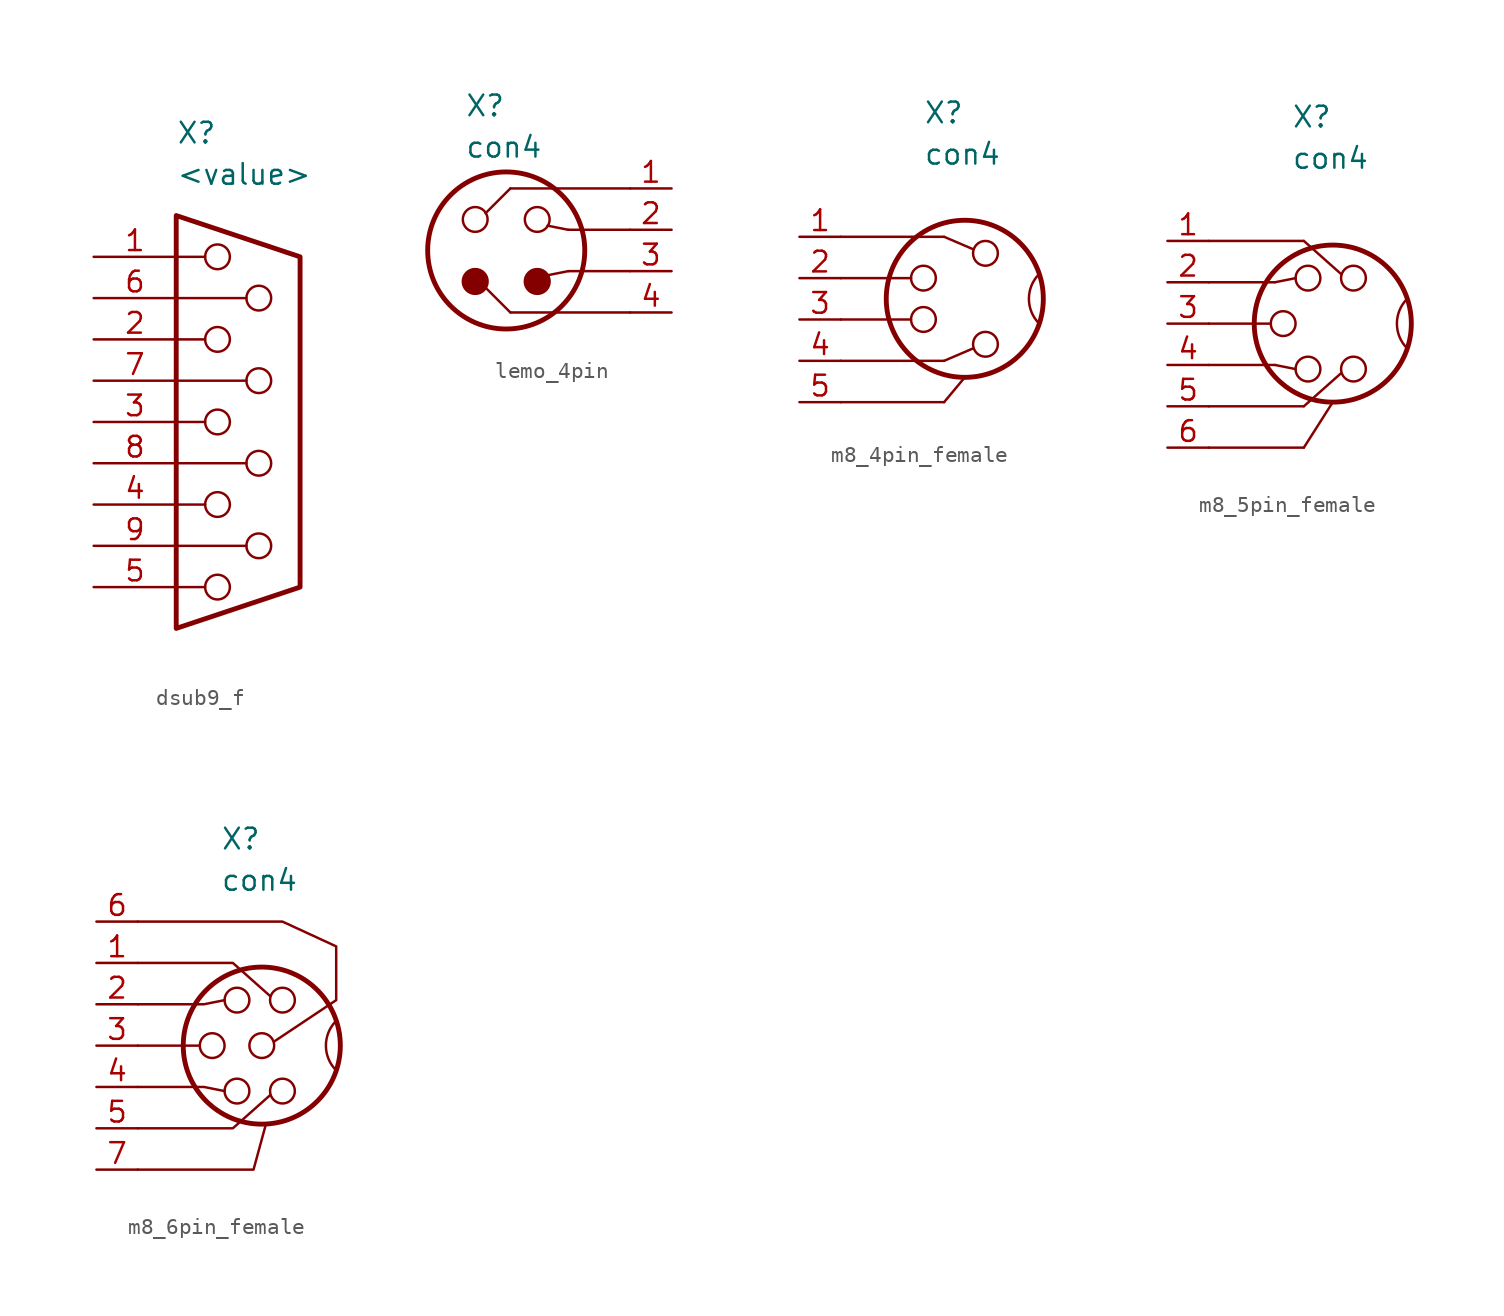
<source format=kicad_sym>
(kicad_symbol_lib
  (version 20241209)
  (generator "kicad_symbol_editor")
  (generator_version "9.0")
  (symbol "dsub9_f"
    (pin_names
      (offset 0.002))
    (property "Reference" "X"
      (at -2.54 17.78 0)
      (effects (font (size 1.27 1.27)) (justify left)))
    (property "Value" "<value>"
      (at -2.54 15.24 0)
      (effects (font (size 1.27 1.27)) (justify left)))
    (symbol "dsub9_f_0_1"
      (polyline (pts (xy -2.54 12.7) (xy -2.54 -12.7) (xy 5.08 -10.16) (xy 5.08 10.16) (xy -2.54 12.7)) (stroke (width 0.3) (type default)) (fill (type none)))
      (polyline (pts (xy -2.54 10.16) (xy -0.762 10.16)) (stroke (width 0) (type default)) (fill (type none)))
      (polyline (pts (xy -2.54 7.62) (xy 1.778 7.62)) (stroke (width 0) (type default)) (fill (type none)))
      (polyline (pts (xy -2.54 5.08) (xy -0.762 5.08)) (stroke (width 0) (type default)) (fill (type none)))
      (polyline (pts (xy -2.54 2.54) (xy 1.778 2.54)) (stroke (width 0) (type default)) (fill (type none)))
      (polyline (pts (xy -2.54 0) (xy -0.762 0)) (stroke (width 0) (type default)) (fill (type none)))
      (polyline (pts (xy -2.54 -2.54) (xy 1.778 -2.54)) (stroke (width 0) (type default)) (fill (type none)))
      (polyline (pts (xy -2.54 -5.08) (xy -0.762 -5.08)) (stroke (width 0) (type default)) (fill (type none)))
      (polyline (pts (xy -2.54 -7.62) (xy 1.778 -7.62)) (stroke (width 0) (type default)) (fill (type none)))
      (polyline (pts (xy -2.54 -10.16) (xy -0.762 -10.16)) (stroke (width 0) (type default)) (fill (type none)))
      (circle (center 0 10.16) (radius 0.762) (stroke (width 0) (type default)) (fill (type none)))
      (circle (center 0 5.08) (radius 0.762) (stroke (width 0) (type default)) (fill (type none)))
      (circle (center 0 0) (radius 0.762) (stroke (width 0) (type default)) (fill (type none)))
      (circle (center 0 -5.08) (radius 0.762) (stroke (width 0) (type default)) (fill (type none)))
      (circle (center 0 -10.16) (radius 0.762) (stroke (width 0) (type default)) (fill (type none)))
      (circle (center 2.54 7.62) (radius 0.762) (stroke (width 0) (type default)) (fill (type none)))
      (circle (center 2.54 2.54) (radius 0.762) (stroke (width 0) (type default)) (fill (type none)))
      (circle (center 2.54 -2.54) (radius 0.762) (stroke (width 0) (type default)) (fill (type none)))
      (circle (center 2.54 -7.62) (radius 0.762) (stroke (width 0) (type default)) (fill (type none))))
    (symbol "dsub9_f_1_1"
      (pin passive line (at -7.62 10.16 0) (length 5.08) (name "" (effects (font (size 1.27 1.27)))) (number "1" (effects (font (size 1.27 1.27)))))
      (pin passive line (at -7.62 7.62 0) (length 5.08) (name "" (effects (font (size 1.27 1.27)))) (number "6" (effects (font (size 1.27 1.27)))))
      (pin passive line (at -7.62 5.08 0) (length 5.08) (name "" (effects (font (size 1.27 1.27)))) (number "2" (effects (font (size 1.27 1.27)))))
      (pin passive line (at -7.62 2.54 0) (length 5.08) (name "" (effects (font (size 1.27 1.27)))) (number "7" (effects (font (size 1.27 1.27)))))
      (pin passive line (at -7.62 0 0) (length 5.08) (name "" (effects (font (size 1.27 1.27)))) (number "3" (effects (font (size 1.27 1.27)))))
      (pin passive line (at -7.62 -2.54 0) (length 5.08) (name "" (effects (font (size 1.27 1.27)))) (number "8" (effects (font (size 1.27 1.27)))))
      (pin passive line (at -7.62 -5.08 0) (length 5.08) (name "" (effects (font (size 1.27 1.27)))) (number "4" (effects (font (size 1.27 1.27)))))
      (pin passive line (at -7.62 -7.62 0) (length 5.08) (name "" (effects (font (size 1.27 1.27)))) (number "9" (effects (font (size 1.27 1.27)))))
      (pin passive line (at -7.62 -10.16 0) (length 5.08) (name "" (effects (font (size 1.27 1.27)))) (number "5" (effects (font (size 1.27 1.27)))))))
  (symbol "lemo_4pin"
    (property "Reference" "X"
      (at -2.54 10.16 0)
      (effects (font (size 1.27 1.27)) (justify left)))
    (property "Value" "con4"
      (at -2.54 7.62 0)
      (effects (font (size 1.27 1.27)) (justify left)))
    (symbol "lemo_4pin_0_1"
      (circle (center -1.905 3.175) (radius 0.762) (stroke (width 0) (type default)) (fill (type none)))
      (circle (center -1.905 -0.635) (radius 0.762) (stroke (width 0) (type default)) (fill (type outline)))
      (circle (center 0 1.27) (radius 4.826) (stroke (width 0.3) (type default)) (fill (type none)))
      (polyline (pts (xy 0.254 5.08) (xy -1.27 3.556)) (stroke (width 0) (type default)) (fill (type none)))
      (polyline (pts (xy 0.254 -2.54) (xy -1.27 -1.016)) (stroke (width 0) (type default)) (fill (type none)))
      (circle (center 1.905 3.175) (radius 0.762) (stroke (width 0) (type default)) (fill (type none)))
      (circle (center 1.905 -0.635) (radius 0.762) (stroke (width 0) (type default)) (fill (type outline)))
      (polyline (pts (xy 3.81 2.54) (xy 2.54 2.794)) (stroke (width 0) (type default)) (fill (type none)))
      (polyline (pts (xy 3.81 0) (xy 2.54 -0.254)) (stroke (width 0) (type default)) (fill (type none)))
      (polyline (pts (xy 7.62 5.08) (xy 0.254 5.08)) (stroke (width 0) (type default)) (fill (type none)))
      (polyline (pts (xy 7.62 2.54) (xy 3.81 2.54)) (stroke (width 0) (type default)) (fill (type none)))
      (polyline (pts (xy 7.62 0) (xy 3.81 0)) (stroke (width 0) (type default)) (fill (type none)))
      (polyline (pts (xy 7.62 -2.54) (xy 0.254 -2.54)) (stroke (width 0) (type default)) (fill (type none))))
    (symbol "lemo_4pin_1_1"
      (pin passive line (at 10.16 5.08 180) (length 2.54) (name "" (effects (font (size 1.27 1.27)))) (number "1" (effects (font (size 1.27 1.27)))))
      (pin passive line (at 10.16 2.54 180) (length 2.54) (name "" (effects (font (size 1.27 1.27)))) (number "2" (effects (font (size 1.27 1.27)))))
      (pin passive line (at 10.16 0 180) (length 2.54) (name "" (effects (font (size 1.27 1.27)))) (number "3" (effects (font (size 1.27 1.27)))))
      (pin passive line (at 10.16 -2.54 180) (length 2.54) (name "" (effects (font (size 1.27 1.27)))) (number "4" (effects (font (size 1.27 1.27)))))))
  (symbol "m8_4pin_female"
    (property "Reference" "X"
      (at -2.54 12.7 0)
      (effects (font (size 1.27 1.27)) (justify left)))
    (property "Value" "con4"
      (at -2.54 10.16 0)
      (effects (font (size 1.27 1.27)) (justify left)))
    (symbol "m8_4pin_female_0_1"
      (polyline (pts (xy -7.62 5.08) (xy -1.27 5.08)) (stroke (width 0) (type default)) (fill (type none)))
      (polyline (pts (xy -7.62 2.54) (xy -3.302 2.54)) (stroke (width 0) (type default)) (fill (type none)))
      (polyline (pts (xy -7.62 0) (xy -3.302 0)) (stroke (width 0) (type default)) (fill (type none)))
      (polyline (pts (xy -7.62 -2.54) (xy -1.27 -2.54)) (stroke (width 0) (type default)) (fill (type none)))
      (polyline (pts (xy -7.62 -5.08) (xy -1.27 -5.08)) (stroke (width 0) (type default)) (fill (type none)))
      (circle (center -2.54 2.54) (radius 0.762) (stroke (width 0) (type default)) (fill (type none)))
      (circle (center -2.54 0) (radius 0.762) (stroke (width 0) (type default)) (fill (type none)))
      (polyline (pts (xy -1.27 5.08) (xy 0.508 4.318)) (stroke (width 0) (type default)) (fill (type none)))
      (polyline (pts (xy -1.27 -2.54) (xy 0.508 -1.778)) (stroke (width 0) (type default)) (fill (type none)))
      (polyline (pts (xy -1.27 -5.08) (xy 0 -3.556)) (stroke (width 0) (type default)) (fill (type none)))
      (circle (center 0 1.27) (radius 4.826) (stroke (width 0.3) (type default)) (fill (type none)))
      (circle (center 1.27 4.064) (radius 0.762) (stroke (width 0) (type default)) (fill (type none)))
      (circle (center 1.27 -1.524) (radius 0.762) (stroke (width 0) (type default)) (fill (type none)))
      (arc (start 4.572 -0.254) (mid 3.9407 1.27) (end 4.572 2.794) (stroke (width 0) (type default)) (fill (type none))))
    (symbol "m8_4pin_female_1_1"
      (pin passive line (at -10.16 5.08 0) (length 2.54) (name "" (effects (font (size 1.27 1.27)))) (number "1" (effects (font (size 1.27 1.27)))))
      (pin passive line (at -10.16 2.54 0) (length 2.54) (name "" (effects (font (size 1.27 1.27)))) (number "2" (effects (font (size 1.27 1.27)))))
      (pin passive line (at -10.16 0 0) (length 2.54) (name "" (effects (font (size 1.27 1.27)))) (number "3" (effects (font (size 1.27 1.27)))))
      (pin passive line (at -10.16 -2.54 0) (length 2.54) (name "" (effects (font (size 1.27 1.27)))) (number "4" (effects (font (size 1.27 1.27)))))
      (pin passive line (at -10.16 -5.08 0) (length 2.54) (name "" (effects (font (size 1.27 1.27)))) (number "5" (effects (font (size 1.27 1.27)))))))
  (symbol "m8_5pin_female"
    (property "Reference" "X"
      (at -2.54 12.7 0)
      (effects (font (size 1.27 1.27)) (justify left)))
    (property "Value" "con4"
      (at -2.54 10.16 0)
      (effects (font (size 1.27 1.27)) (justify left)))
    (symbol "m8_5pin_female_0_1"
      (polyline (pts (xy -7.62 5.08) (xy -1.778 5.08)) (stroke (width 0) (type default)) (fill (type none)))
      (polyline (pts (xy -7.62 2.54) (xy -3.556 2.54)) (stroke (width 0) (type default)) (fill (type none)))
      (polyline (pts (xy -7.62 0) (xy -3.81 0)) (stroke (width 0) (type default)) (fill (type none)))
      (polyline (pts (xy -7.62 -2.54) (xy -3.556 -2.54)) (stroke (width 0) (type default)) (fill (type none)))
      (polyline (pts (xy -7.62 -5.08) (xy -1.778 -5.08)) (stroke (width 0) (type default)) (fill (type none)))
      (polyline (pts (xy -7.62 -7.62) (xy -1.778 -7.62)) (stroke (width 0) (type default)) (fill (type none)))
      (polyline (pts (xy -3.556 2.54) (xy -2.286 2.794)) (stroke (width 0) (type default)) (fill (type none)))
      (polyline (pts (xy -3.556 -2.54) (xy -2.286 -2.794)) (stroke (width 0) (type default)) (fill (type none)))
      (circle (center -3.048 0) (radius 0.762) (stroke (width 0) (type default)) (fill (type none)))
      (polyline (pts (xy -1.778 5.08) (xy 0.508 3.048)) (stroke (width 0) (type default)) (fill (type none)))
      (polyline (pts (xy -1.778 -5.08) (xy 0.508 -3.048)) (stroke (width 0) (type default)) (fill (type none)))
      (polyline (pts (xy -1.778 -7.62) (xy 0 -4.826)) (stroke (width 0) (type default)) (fill (type none)))
      (circle (center -1.524 2.794) (radius 0.762) (stroke (width 0) (type default)) (fill (type none)))
      (circle (center -1.524 -2.794) (radius 0.762) (stroke (width 0) (type default)) (fill (type none)))
      (circle (center 0 0) (radius 4.826) (stroke (width 0.3) (type default)) (fill (type none)))
      (circle (center 1.27 2.794) (radius 0.762) (stroke (width 0) (type default)) (fill (type none)))
      (circle (center 1.27 -2.794) (radius 0.762) (stroke (width 0) (type default)) (fill (type none)))
      (arc (start 4.572 -1.524) (mid 3.9407 0) (end 4.572 1.524) (stroke (width 0) (type default)) (fill (type none))))
    (symbol "m8_5pin_female_1_1"
      (pin passive line (at -10.16 5.08 0) (length 2.54) (name "" (effects (font (size 1.27 1.27)))) (number "1" (effects (font (size 1.27 1.27)))))
      (pin passive line (at -10.16 2.54 0) (length 2.54) (name "" (effects (font (size 1.27 1.27)))) (number "2" (effects (font (size 1.27 1.27)))))
      (pin passive line (at -10.16 0 0) (length 2.54) (name "" (effects (font (size 1.27 1.27)))) (number "3" (effects (font (size 1.27 1.27)))))
      (pin passive line (at -10.16 -2.54 0) (length 2.54) (name "" (effects (font (size 1.27 1.27)))) (number "4" (effects (font (size 1.27 1.27)))))
      (pin passive line (at -10.16 -5.08 0) (length 2.54) (name "" (effects (font (size 1.27 1.27)))) (number "5" (effects (font (size 1.27 1.27)))))
      (pin passive line (at -10.16 -7.62 0) (length 2.54) (name "" (effects (font (size 1.27 1.27)))) (number "6" (effects (font (size 1.27 1.27)))))))
  (symbol "m8_6pin_female"
    (property "Reference" "X"
      (at -2.54 12.7 0)
      (effects (font (size 1.27 1.27)) (justify left)))
    (property "Value" "con4"
      (at -2.54 10.16 0)
      (effects (font (size 1.27 1.27)) (justify left)))
    (symbol "m8_6pin_female_0_1"
      (polyline (pts (xy -7.62 7.62) (xy 1.27 7.62) (xy 4.572 6.096) (xy 4.572 2.794) (xy 0.762 0.254)) (stroke (width 0) (type default)) (fill (type none)))
      (polyline (pts (xy -7.62 5.08) (xy -1.778 5.08) (xy 0.508 3.048)) (stroke (width 0) (type default)) (fill (type none)))
      (polyline (pts (xy -7.62 2.54) (xy -3.556 2.54) (xy -2.286 2.794)) (stroke (width 0) (type default)) (fill (type none)))
      (polyline (pts (xy -7.62 0) (xy -3.81 0)) (stroke (width 0) (type default)) (fill (type none)))
      (polyline (pts (xy -7.62 -2.54) (xy -3.556 -2.54) (xy -2.286 -2.794)) (stroke (width 0) (type default)) (fill (type none)))
      (polyline (pts (xy -7.62 -5.08) (xy -1.778 -5.08) (xy 0.508 -3.048)) (stroke (width 0) (type default)) (fill (type none)))
      (polyline (pts (xy -7.62 -7.62) (xy -0.508 -7.62) (xy 0.254 -4.826)) (stroke (width 0) (type default)) (fill (type none)))
      (circle (center -3.048 0) (radius 0.762) (stroke (width 0) (type default)) (fill (type none)))
      (circle (center -1.524 2.794) (radius 0.762) (stroke (width 0) (type default)) (fill (type none)))
      (circle (center -1.524 -2.794) (radius 0.762) (stroke (width 0) (type default)) (fill (type none)))
      (circle (center 0 0) (radius 0.762) (stroke (width 0) (type default)) (fill (type none)))
      (circle (center 0 0) (radius 4.826) (stroke (width 0.3) (type default)) (fill (type none)))
      (circle (center 1.27 2.794) (radius 0.762) (stroke (width 0) (type default)) (fill (type none)))
      (circle (center 1.27 -2.794) (radius 0.762) (stroke (width 0) (type default)) (fill (type none)))
      (arc (start 4.572 -1.524) (mid 3.9407 0) (end 4.572 1.524) (stroke (width 0) (type default)) (fill (type none))))
    (symbol "m8_6pin_female_1_1"
      (pin passive line (at -10.16 7.62 0) (length 2.54) (name "" (effects (font (size 1.27 1.27)))) (number "6" (effects (font (size 1.27 1.27)))))
      (pin passive line (at -10.16 5.08 0) (length 2.54) (name "" (effects (font (size 1.27 1.27)))) (number "1" (effects (font (size 1.27 1.27)))))
      (pin passive line (at -10.16 2.54 0) (length 2.54) (name "" (effects (font (size 1.27 1.27)))) (number "2" (effects (font (size 1.27 1.27)))))
      (pin passive line (at -10.16 0 0) (length 2.54) (name "" (effects (font (size 1.27 1.27)))) (number "3" (effects (font (size 1.27 1.27)))))
      (pin passive line (at -10.16 -2.54 0) (length 2.54) (name "" (effects (font (size 1.27 1.27)))) (number "4" (effects (font (size 1.27 1.27)))))
      (pin passive line (at -10.16 -5.08 0) (length 2.54) (name "" (effects (font (size 1.27 1.27)))) (number "5" (effects (font (size 1.27 1.27)))))
      (pin passive line (at -10.16 -7.62 0) (length 2.54) (name "" (effects (font (size 1.27 1.27)))) (number "7" (effects (font (size 1.27 1.27))))))))
</source>
